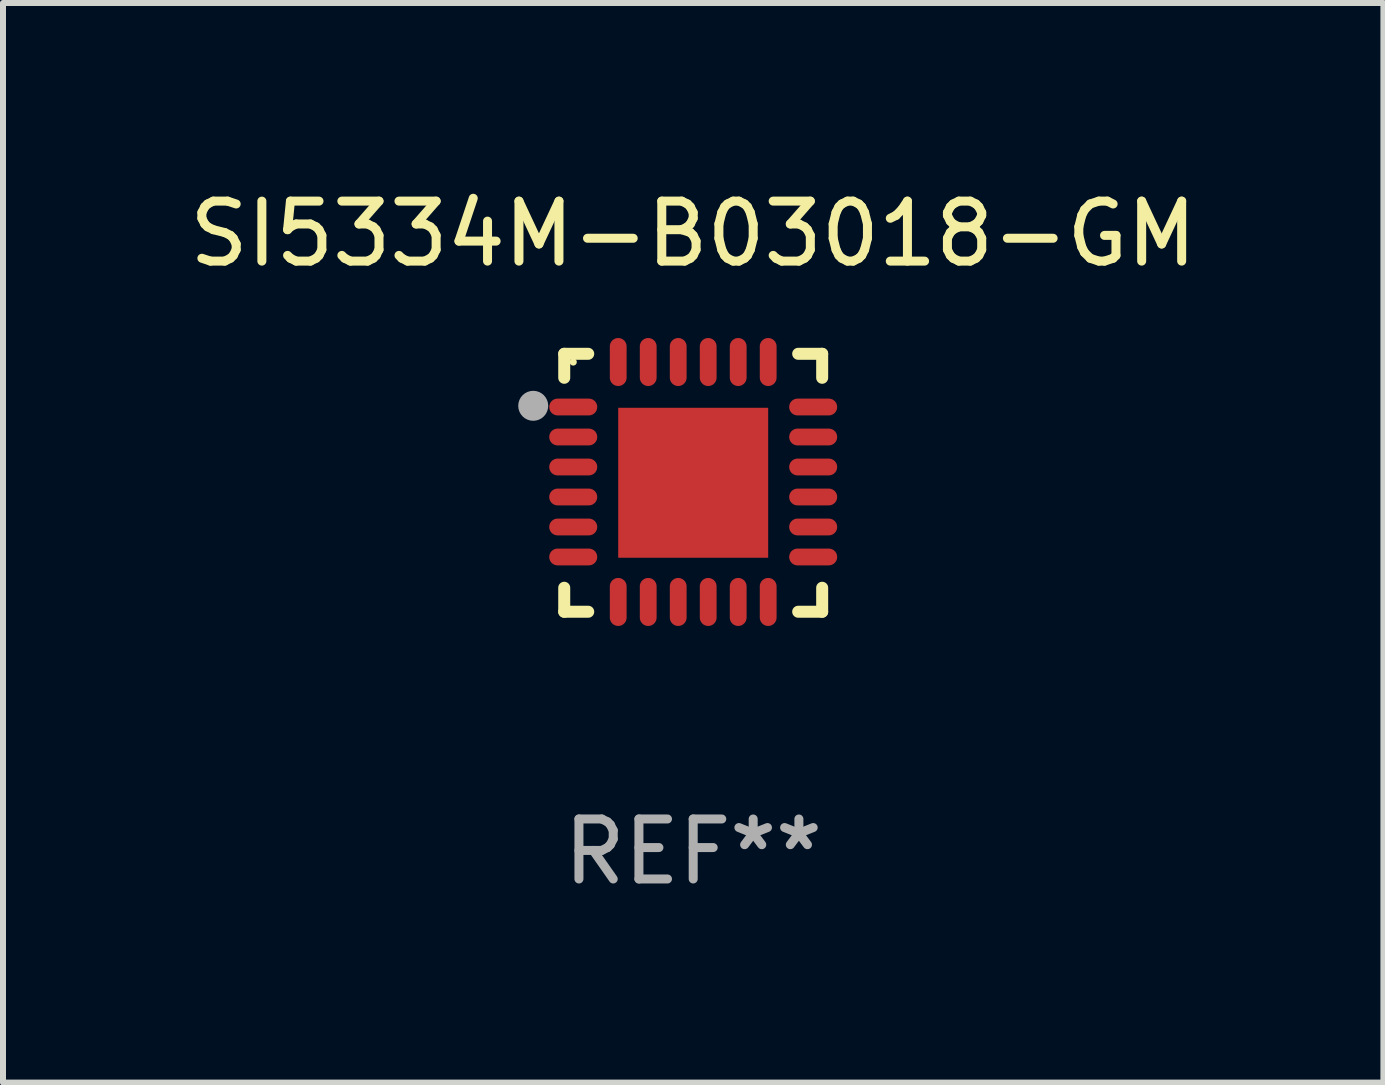
<source format=kicad_pcb>
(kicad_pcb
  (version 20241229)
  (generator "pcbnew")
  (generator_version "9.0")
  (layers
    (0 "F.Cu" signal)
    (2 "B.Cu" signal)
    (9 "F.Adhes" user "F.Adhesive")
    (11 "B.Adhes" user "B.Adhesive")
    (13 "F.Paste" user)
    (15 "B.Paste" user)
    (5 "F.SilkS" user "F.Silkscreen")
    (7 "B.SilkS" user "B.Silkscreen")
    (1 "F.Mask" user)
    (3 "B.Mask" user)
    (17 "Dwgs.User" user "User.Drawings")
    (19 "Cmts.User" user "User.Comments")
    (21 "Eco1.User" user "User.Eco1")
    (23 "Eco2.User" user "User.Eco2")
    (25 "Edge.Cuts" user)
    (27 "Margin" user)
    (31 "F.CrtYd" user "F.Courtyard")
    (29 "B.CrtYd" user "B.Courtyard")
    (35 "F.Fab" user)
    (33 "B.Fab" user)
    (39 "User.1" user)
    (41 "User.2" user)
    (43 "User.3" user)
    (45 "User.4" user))
  (footprint "SI5334M-B03018-GM"
    (layer "F.Cu")
    (at 8.506 4.998)
    (property "Reference" "SI5334M-B03018-GM" (at 0 -4.15 0) (layer "F.SilkS") (effects (font (size 1 1) (thickness 0.15))))
    (attr through_hole)
    (fp_line (start -2.15 -2.15) (end -1.75 -2.15) (stroke (width 0.2) (type solid)) (layer "F.SilkS"))
    (fp_line (start -2.15 -1.75) (end -2.15 -2.15) (stroke (width 0.2) (type solid)) (layer "F.SilkS"))
    (fp_line (start -2.15 2.15) (end -2.15 1.75) (stroke (width 0.2) (type solid)) (layer "F.SilkS"))
    (fp_line (start -1.75 2.15) (end -2.15 2.15) (stroke (width 0.2) (type solid)) (layer "F.SilkS"))
    (fp_line (start 1.75 -2.15) (end 2.15 -2.15) (stroke (width 0.2) (type solid)) (layer "F.SilkS"))
    (fp_line (start 1.75 2.15) (end 2.15 2.15) (stroke (width 0.2) (type solid)) (layer "F.SilkS"))
    (fp_line (start 2.15 -2.15) (end 2.15 -1.75) (stroke (width 0.2) (type solid)) (layer "F.SilkS"))
    (fp_line (start 2.15 2.15) (end 2.15 1.75) (stroke (width 0.2) (type solid)) (layer "F.SilkS"))
    (fp_circle (center -2 -2.013) (end -1.97 -2.013) (stroke (width 0.06) (type solid)) (fill no) (layer "F.SilkS"))
    (fp_circle (center -2.667 -1.283) (end -2.542 -1.283) (stroke (width 0.25) (type solid)) (fill no) (layer "F.Fab"))
    (fp_text user "REF**" (at 0 6.15 0) (layer "F.Fab") (effects (font (size 1 1) (thickness 0.15))))
    (pad "1" smd oval (at -2 -1.263) (size 0.8 0.28) (layers "F.Cu" "F.Mask" "F.Paste"))
    (pad "2" smd oval (at -2 -0.763) (size 0.8 0.28) (layers "F.Cu" "F.Mask" "F.Paste"))
    (pad "3" smd oval (at -2 -0.263) (size 0.8 0.28) (layers "F.Cu" "F.Mask" "F.Paste"))
    (pad "4" smd oval (at -2 0.237) (size 0.8 0.28) (layers "F.Cu" "F.Mask" "F.Paste"))
    (pad "5" smd oval (at -2 0.737) (size 0.8 0.28) (layers "F.Cu" "F.Mask" "F.Paste"))
    (pad "6" smd oval (at -2 1.237) (size 0.8 0.28) (layers "F.Cu" "F.Mask" "F.Paste"))
    (pad "7" smd oval (at -1.25 1.987) (size 0.28 0.8) (layers "F.Cu" "F.Mask" "F.Paste"))
    (pad "8" smd oval (at -0.75 1.987) (size 0.28 0.8) (layers "F.Cu" "F.Mask" "F.Paste"))
    (pad "9" smd oval (at -0.25 1.987) (size 0.28 0.8) (layers "F.Cu" "F.Mask" "F.Paste"))
    (pad "10" smd oval (at 0.25 1.987) (size 0.28 0.8) (layers "F.Cu" "F.Mask" "F.Paste"))
    (pad "11" smd oval (at 0.75 1.987) (size 0.28 0.8) (layers "F.Cu" "F.Mask" "F.Paste"))
    (pad "12" smd oval (at 1.25 1.987) (size 0.28 0.8) (layers "F.Cu" "F.Mask" "F.Paste"))
    (pad "13" smd oval (at 2 1.237) (size 0.8 0.28) (layers "F.Cu" "F.Mask" "F.Paste"))
    (pad "14" smd oval (at 2 0.737) (size 0.8 0.28) (layers "F.Cu" "F.Mask" "F.Paste"))
    (pad "15" smd oval (at 2 0.237) (size 0.8 0.28) (layers "F.Cu" "F.Mask" "F.Paste"))
    (pad "16" smd oval (at 2 -0.263) (size 0.8 0.28) (layers "F.Cu" "F.Mask" "F.Paste"))
    (pad "17" smd oval (at 2 -0.763) (size 0.8 0.28) (layers "F.Cu" "F.Mask" "F.Paste"))
    (pad "18" smd oval (at 2 -1.263) (size 0.8 0.28) (layers "F.Cu" "F.Mask" "F.Paste"))
    (pad "19" smd oval (at 1.25 -2.013) (size 0.28 0.8) (layers "F.Cu" "F.Mask" "F.Paste"))
    (pad "20" smd oval (at 0.75 -2.013) (size 0.28 0.8) (layers "F.Cu" "F.Mask" "F.Paste"))
    (pad "21" smd oval (at 0.25 -2.013) (size 0.28 0.8) (layers "F.Cu" "F.Mask" "F.Paste"))
    (pad "22" smd oval (at -0.25 -2.013) (size 0.28 0.8) (layers "F.Cu" "F.Mask" "F.Paste"))
    (pad "23" smd oval (at -0.75 -2.013) (size 0.28 0.8) (layers "F.Cu" "F.Mask" "F.Paste"))
    (pad "24" smd oval (at -1.25 -2.013) (size 0.28 0.8) (layers "F.Cu" "F.Mask" "F.Paste"))
    (pad "25" smd rect (at -0.000127 -0.00014) (size 2.5 2.5) (layers "F.Cu" "F.Mask" "F.Paste")))
  (gr_rect
    (start -3 -3)
    (end 20.012 14.997)
    (stroke (width 0.1) (type default))
    (fill no)
    (layer "Edge.Cuts")))
</source>
